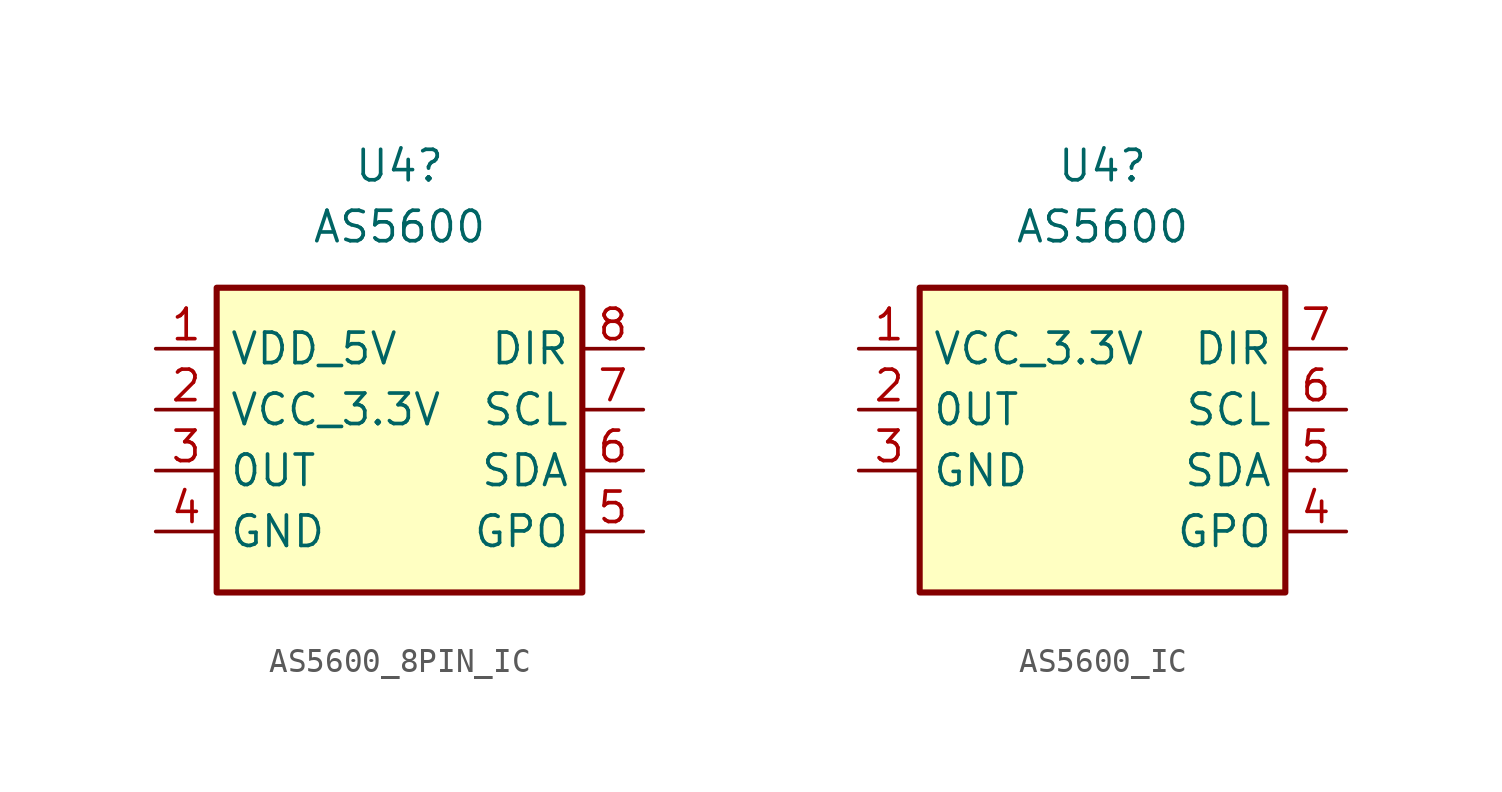
<source format=kicad_sym>
(kicad_symbol_lib
  (version 20220914)
  (generator kicad_symbol_editor)
  (symbol "AS5600_8PIN_IC"
    (property "Reference" "U4"
      (at 1.27 13.97 0)
      (effects (font (size 1.27 1.27))))
    (property "Value" "AS5600"
      (at 1.27 11.43 0)
      (effects (font (size 1.27 1.27))))
    (symbol "AS5600_8PIN_IC_0_1"
      (rectangle (start -6.35 8.89) (end 8.89 -3.81) (stroke (width 0.254) (type default)) (fill (type background))))
    (symbol "AS5600_8PIN_IC_1_1"
      (pin bidirectional line (at -8.89 6.35 0) (length 2.54) (name "VDD_5V" (effects (font (size 1.27 1.27)))) (number "1" (effects (font (size 1.27 1.27)))))
      (pin power_in line (at -8.89 3.81 0) (length 2.54) (name "VCC_3.3V" (effects (font (size 1.27 1.27)))) (number "2" (effects (font (size 1.27 1.27)))))
      (pin output line (at -8.89 1.27 0) (length 2.54) (name "0UT" (effects (font (size 1.27 1.27)))) (number "3" (effects (font (size 1.27 1.27)))))
      (pin bidirectional line (at -8.89 -1.27 0) (length 2.54) (name "GND" (effects (font (size 1.27 1.27)))) (number "4" (effects (font (size 1.27 1.27)))))
      (pin bidirectional line (at 11.43 -1.27 180) (length 2.54) (name "GPO" (effects (font (size 1.27 1.27)))) (number "5" (effects (font (size 1.27 1.27)))))
      (pin bidirectional line (at 11.43 1.27 180) (length 2.54) (name "SDA" (effects (font (size 1.27 1.27)))) (number "6" (effects (font (size 1.27 1.27)))))
      (pin input line (at 11.43 3.81 180) (length 2.54) (name "SCL" (effects (font (size 1.27 1.27)))) (number "7" (effects (font (size 1.27 1.27)))))
      (pin bidirectional line (at 11.43 6.35 180) (length 2.54) (name "DIR" (effects (font (size 1.27 1.27)))) (number "8" (effects (font (size 1.27 1.27)))))))
  (symbol "AS5600_IC"
    (property "Reference" "U4"
      (at 1.27 13.97 0)
      (effects (font (size 1.27 1.27))))
    (property "Value" "AS5600"
      (at 1.27 11.43 0)
      (effects (font (size 1.27 1.27))))
    (symbol "AS5600_IC_0_1"
      (rectangle (start -6.35 8.89) (end 8.89 -3.81) (stroke (width 0.254) (type default)) (fill (type background))))
    (symbol "AS5600_IC_1_1"
      (pin power_in line (at -8.89 6.35 0) (length 2.54) (name "VCC_3.3V" (effects (font (size 1.27 1.27)))) (number "1" (effects (font (size 1.27 1.27)))))
      (pin output line (at -8.89 3.81 0) (length 2.54) (name "0UT" (effects (font (size 1.27 1.27)))) (number "2" (effects (font (size 1.27 1.27)))))
      (pin bidirectional line (at -8.89 1.27 0) (length 2.54) (name "GND" (effects (font (size 1.27 1.27)))) (number "3" (effects (font (size 1.27 1.27)))))
      (pin bidirectional line (at 11.43 -1.27 180) (length 2.54) (name "GPO" (effects (font (size 1.27 1.27)))) (number "4" (effects (font (size 1.27 1.27)))))
      (pin bidirectional line (at 11.43 1.27 180) (length 2.54) (name "SDA" (effects (font (size 1.27 1.27)))) (number "5" (effects (font (size 1.27 1.27)))))
      (pin input line (at 11.43 3.81 180) (length 2.54) (name "SCL" (effects (font (size 1.27 1.27)))) (number "6" (effects (font (size 1.27 1.27)))))
      (pin bidirectional line (at 11.43 6.35 180) (length 2.54) (name "DIR" (effects (font (size 1.27 1.27)))) (number "7" (effects (font (size 1.27 1.27))))))))
</source>
